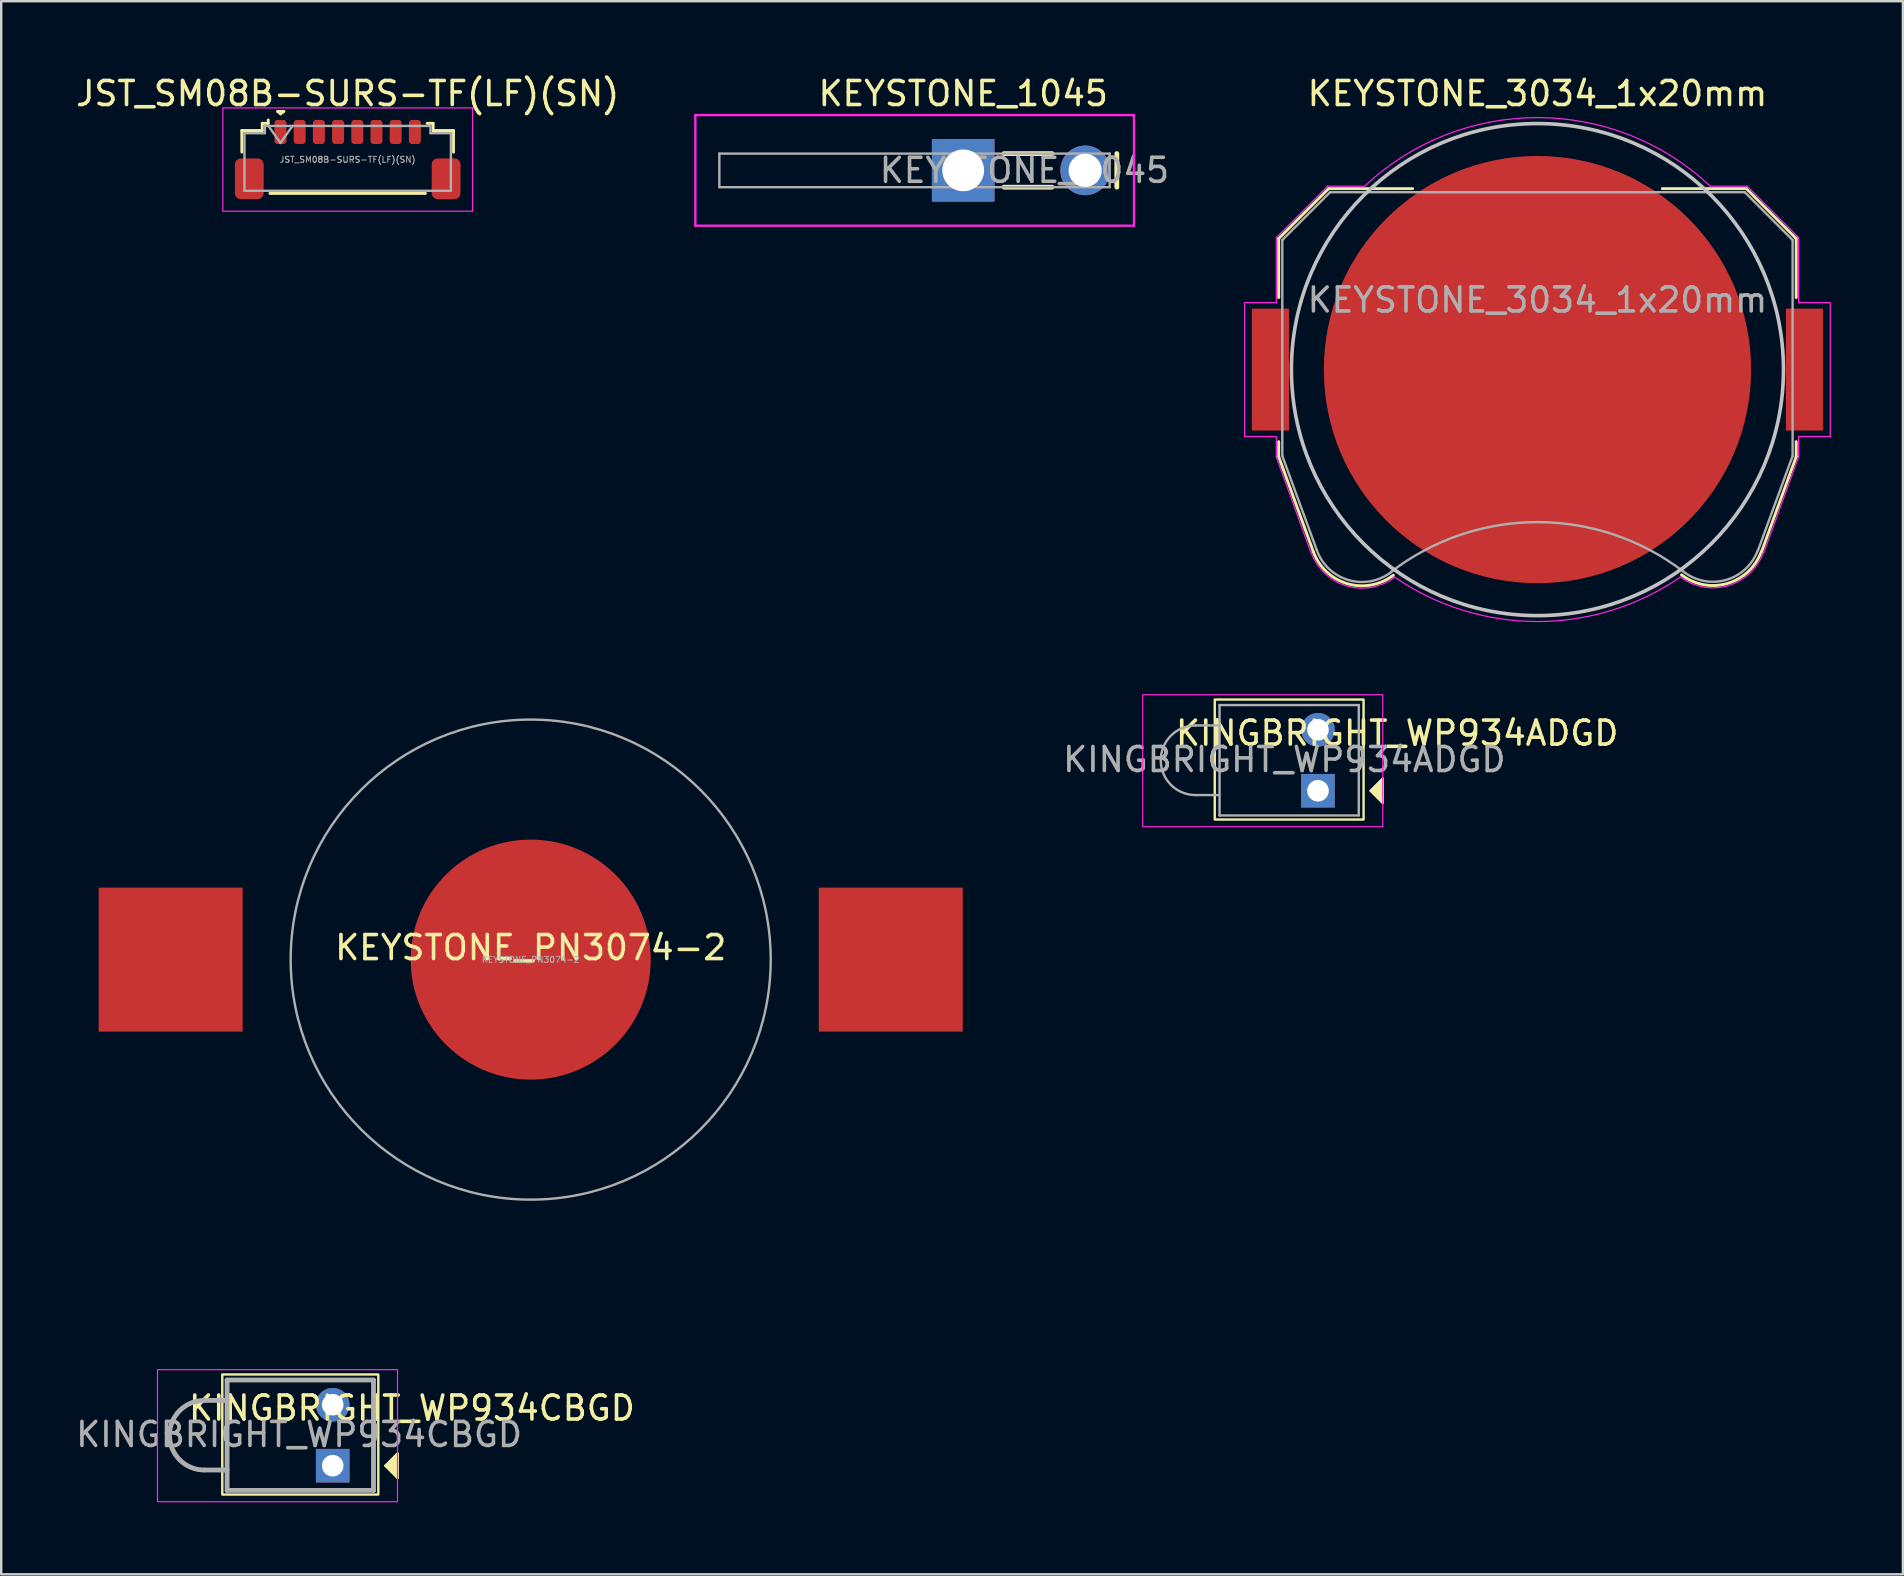
<source format=kicad_pcb>
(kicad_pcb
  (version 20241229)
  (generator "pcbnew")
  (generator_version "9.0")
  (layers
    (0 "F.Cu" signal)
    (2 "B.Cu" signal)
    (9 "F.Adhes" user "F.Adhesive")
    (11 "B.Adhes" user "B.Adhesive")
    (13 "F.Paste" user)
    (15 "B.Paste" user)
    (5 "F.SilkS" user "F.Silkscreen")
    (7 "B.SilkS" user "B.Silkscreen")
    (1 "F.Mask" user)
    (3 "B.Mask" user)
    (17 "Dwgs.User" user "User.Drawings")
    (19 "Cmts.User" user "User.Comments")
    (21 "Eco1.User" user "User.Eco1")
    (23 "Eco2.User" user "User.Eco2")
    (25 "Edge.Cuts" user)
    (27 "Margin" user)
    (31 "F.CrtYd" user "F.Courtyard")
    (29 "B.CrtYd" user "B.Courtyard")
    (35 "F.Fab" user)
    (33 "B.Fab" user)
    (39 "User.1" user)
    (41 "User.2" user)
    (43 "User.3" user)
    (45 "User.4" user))
  (footprint "KINGBRIGHT_WP934ADGD"
    (layer "F.Cu")
    (at 51.859 29.894)
    (property "Reference" "KINGBRIGHT_WP934ADGD" (at 3.3 -2.4 0) (layer "F.SilkS") (effects (font (size 1 1) (thickness 0.15))))
    (attr through_hole)
    (fp_line (start 2.2 0) (end 2.7 -0.5) (stroke (width 0.1) (type default)) (layer "F.SilkS"))
    (fp_line (start 2.7 -0.5) (end 2.7 0.5) (stroke (width 0.1) (type default)) (layer "F.SilkS"))
    (fp_line (start 2.7 0.5) (end 2.2 0) (stroke (width 0.1) (type default)) (layer "F.SilkS"))
    (fp_rect (start -4.3 -3.8) (end 1.9 1.2) (stroke (width 0.1) (type default)) (fill no) (layer "F.SilkS"))
    (fp_poly (pts (xy 2.2 0) (xy 2.7 -0.5) (xy 2.7 0.5)) (stroke (width 0.1) (type solid)) (fill yes) (layer "F.SilkS"))
    (fp_rect (start -7.3 -4) (end 2.7 1.5) (stroke (width 0.05) (type default)) (fill no) (layer "F.CrtYd"))
    (fp_line (start -5.1 0.18) (end -4.15 0.18) (stroke (width 0.1) (type solid)) (layer "F.Fab"))
    (fp_line (start -4.15 -2.72) (end -5.1 -2.72) (stroke (width 0.1) (type solid)) (layer "F.Fab"))
    (fp_line (start -4.1 -3.57) (end 1.7 -3.57) (stroke (width 0.1) (type solid)) (layer "F.Fab"))
    (fp_line (start -4.1 1.03) (end -4.1 -3.57) (stroke (width 0.1) (type solid)) (layer "F.Fab"))
    (fp_line (start 1.7 -3.57) (end 1.7 1.03) (stroke (width 0.1) (type solid)) (layer "F.Fab"))
    (fp_line (start 1.7 1.03) (end -4.1 1.03) (stroke (width 0.1) (type solid)) (layer "F.Fab"))
    (fp_arc (start -5.1 0.18) (mid -6.55 -1.27) (end -5.1 -2.72) (stroke (width 0.1) (type solid)) (layer "F.Fab"))
    (fp_text user "${REFERENCE}" (at -1.4 -1.3 0) (layer "F.Fab") (effects (font (size 1 1) (thickness 0.15))))
    (pad "1" thru_hole rect (at 0 0) (size 1.4 1.4) (drill 0.9) (layers "*.Cu" "*.Mask"))
    (pad "2" thru_hole circle (at 0 -2.54) (size 1.4 1.4) (drill 0.9) (layers "*.Cu" "*.Mask")))
  (footprint "JST_SM08B-SURS-TF(LF)(SN)"
    (layer "F.Cu")
    (at 11.435 3.598)
    (property "Reference" "JST_SM08B-SURS-TF(LF)(SN)" (at 0 -2.75 0) (unlocked yes) (layer "F.SilkS") (effects (font (size 1 1) (thickness 0.15))))
    (attr smd)
    (fp_line (start -4.41 -1.21) (end -3.56 -1.21) (stroke (width 0.12) (type solid)) (layer "F.SilkS"))
    (fp_line (start -4.41 -0.31) (end -4.41 -1.21) (stroke (width 0.12) (type solid)) (layer "F.SilkS"))
    (fp_line (start -3.56 -1.51) (end -3.31 -1.51) (stroke (width 0.12) (type solid)) (layer "F.SilkS"))
    (fp_line (start -3.56 -1.21) (end -3.56 -1.51) (stroke (width 0.12) (type solid)) (layer "F.SilkS"))
    (fp_line (start -3.31 -1.51) (end -3.31 -1.65) (stroke (width 0.12) (type solid)) (layer "F.SilkS"))
    (fp_line (start -3.24 1.41) (end 3.24 1.41) (stroke (width 0.12) (type solid)) (layer "F.SilkS"))
    (fp_line (start -2.915 -2.005) (end -2.794 -1.905) (stroke (width 0.12) (type solid)) (layer "F.SilkS"))
    (fp_line (start -2.794 -1.905) (end -2.661 -2.005) (stroke (width 0.12) (type solid)) (layer "F.SilkS"))
    (fp_line (start -2.661 -2.005) (end -2.915 -2.005) (stroke (width 0.12) (type solid)) (layer "F.SilkS"))
    (fp_line (start 3.56 -1.51) (end 3.31 -1.51) (stroke (width 0.12) (type solid)) (layer "F.SilkS"))
    (fp_line (start 3.56 -1.21) (end 3.56 -1.51) (stroke (width 0.12) (type solid)) (layer "F.SilkS"))
    (fp_line (start 4.41 -1.21) (end 3.56 -1.21) (stroke (width 0.12) (type solid)) (layer "F.SilkS"))
    (fp_line (start 4.41 -0.31) (end 4.41 -1.21) (stroke (width 0.12) (type solid)) (layer "F.SilkS"))
    (fp_line (start -5.2 -2.15) (end -5.2 2.15) (stroke (width 0.05) (type solid)) (layer "F.CrtYd"))
    (fp_line (start -5.2 2.15) (end 5.2 2.15) (stroke (width 0.05) (type solid)) (layer "F.CrtYd"))
    (fp_line (start 5.2 -2.15) (end -5.2 -2.15) (stroke (width 0.05) (type solid)) (layer "F.CrtYd"))
    (fp_line (start 5.2 2.15) (end 5.2 -2.15) (stroke (width 0.05) (type solid)) (layer "F.CrtYd"))
    (fp_line (start -4.3 -1.1) (end -4.3 1.3) (stroke (width 0.1) (type solid)) (layer "F.Fab"))
    (fp_line (start -4.3 -1.1) (end -3.45 -1.1) (stroke (width 0.1) (type solid)) (layer "F.Fab"))
    (fp_line (start -4.3 1.3) (end 4.3 1.3) (stroke (width 0.1) (type solid)) (layer "F.Fab"))
    (fp_line (start -3.45 -1.4) (end 3.45 -1.4) (stroke (width 0.1) (type solid)) (layer "F.Fab"))
    (fp_line (start -3.45 -1.1) (end -3.45 -1.4) (stroke (width 0.1) (type solid)) (layer "F.Fab"))
    (fp_line (start -3.3 -1.4) (end -2.8 -0.693) (stroke (width 0.1) (type solid)) (layer "F.Fab"))
    (fp_line (start -2.8 -0.693) (end -2.3 -1.4) (stroke (width 0.1) (type solid)) (layer "F.Fab"))
    (fp_line (start 3.45 -1.4) (end 3.45 -1.1) (stroke (width 0.1) (type solid)) (layer "F.Fab"))
    (fp_line (start 3.45 -1.1) (end 4.3 -1.1) (stroke (width 0.1) (type solid)) (layer "F.Fab"))
    (fp_line (start 4.3 -1.1) (end 4.3 1.3) (stroke (width 0.1) (type solid)) (layer "F.Fab"))
    (fp_text user "${REFERENCE}" (at 0 0 0) (unlocked yes) (layer "F.Fab") (effects (font (size 0.25 0.25) (thickness 0.04))))
    (pad "1" smd roundrect (at -2.8 -1.15) (size 0.5 1) (layers "F.Cu" "F.Mask" "F.Paste") (roundrect_rratio 0.25))
    (pad "2" smd roundrect (at -2 -1.15) (size 0.5 1) (layers "F.Cu" "F.Mask" "F.Paste") (roundrect_rratio 0.25))
    (pad "3" smd roundrect (at -1.2 -1.15) (size 0.5 1) (layers "F.Cu" "F.Mask" "F.Paste") (roundrect_rratio 0.25))
    (pad "4" smd roundrect (at -0.4 -1.15) (size 0.5 1) (layers "F.Cu" "F.Mask" "F.Paste") (roundrect_rratio 0.25))
    (pad "5" smd roundrect (at 0.4 -1.15) (size 0.5 1) (layers "F.Cu" "F.Mask" "F.Paste") (roundrect_rratio 0.25))
    (pad "6" smd roundrect (at 1.2 -1.15) (size 0.5 1) (layers "F.Cu" "F.Mask" "F.Paste") (roundrect_rratio 0.25))
    (pad "7" smd roundrect (at 2 -1.15) (size 0.5 1) (layers "F.Cu" "F.Mask" "F.Paste") (roundrect_rratio 0.25))
    (pad "8" smd roundrect (at 2.8 -1.15) (size 0.5 1) (layers "F.Cu" "F.Mask" "F.Paste") (roundrect_rratio 0.25))
    (pad "MP" smd roundrect (at -4.1 0.8) (size 1.2 1.7) (layers "F.Cu" "F.Mask" "F.Paste") (roundrect_rratio 0.208))
    (pad "MP" smd roundrect (at 4.1 0.8) (size 1.2 1.7) (layers "F.Cu" "F.Mask" "F.Paste") (roundrect_rratio 0.208)))
  (footprint "KINGBRIGHT_WP934CBGD"
    (layer "F.Cu")
    (at 10.811 58.014)
    (property "Reference" "KINGBRIGHT_WP934CBGD" (at 3.3 -2.4 0) (layer "F.SilkS") (effects (font (size 1 1) (thickness 0.15))))
    (attr through_hole)
    (fp_line (start 2.2 0) (end 2.7 -0.5) (stroke (width 0.1) (type default)) (layer "F.SilkS"))
    (fp_line (start 2.7 -0.5) (end 2.7 0.5) (stroke (width 0.1) (type default)) (layer "F.SilkS"))
    (fp_line (start 2.7 0.5) (end 2.2 0) (stroke (width 0.1) (type default)) (layer "F.SilkS"))
    (fp_rect (start -4.6 -3.8) (end 1.9 1.2) (stroke (width 0.1) (type default)) (fill no) (layer "F.SilkS"))
    (fp_poly (pts (xy 2.2 0) (xy 2.7 -0.5) (xy 2.7 0.5)) (stroke (width 0.1) (type solid)) (fill yes) (layer "F.SilkS"))
    (fp_rect (start -7.3 -4) (end 2.7 1.5) (stroke (width 0.05) (type default)) (fill no) (layer "F.CrtYd"))
    (fp_line (start -5.35 -2.72) (end -5.35 -2.72) (stroke (width 0.1) (type solid)) (layer "F.Fab"))
    (fp_line (start -5.35 0.18) (end -4.4 0.18) (stroke (width 0.1) (type solid)) (layer "F.Fab"))
    (fp_line (start -5.35 0.18) (end -4.4 0.18) (stroke (width 0.2) (type solid)) (layer "F.Fab"))
    (fp_line (start -4.4 -3.57) (end 1.7 -3.57) (stroke (width 0.1) (type solid)) (layer "F.Fab"))
    (fp_line (start -4.4 -3.57) (end 1.7 -3.57) (stroke (width 0.2) (type solid)) (layer "F.Fab"))
    (fp_line (start -4.4 -2.72) (end -5.35 -2.72) (stroke (width 0.1) (type solid)) (layer "F.Fab"))
    (fp_line (start -4.4 -2.72) (end -5.35 -2.72) (stroke (width 0.2) (type solid)) (layer "F.Fab"))
    (fp_line (start -4.4 1.03) (end -4.4 -3.57) (stroke (width 0.1) (type solid)) (layer "F.Fab"))
    (fp_line (start -4.4 1.03) (end -4.4 -3.57) (stroke (width 0.2) (type solid)) (layer "F.Fab"))
    (fp_line (start 1.7 -3.57) (end 1.7 1.03) (stroke (width 0.1) (type solid)) (layer "F.Fab"))
    (fp_line (start 1.7 -3.57) (end 1.7 1.03) (stroke (width 0.2) (type solid)) (layer "F.Fab"))
    (fp_line (start 1.7 1.03) (end -4.4 1.03) (stroke (width 0.1) (type solid)) (layer "F.Fab"))
    (fp_line (start 1.7 1.03) (end -4.4 1.03) (stroke (width 0.2) (type solid)) (layer "F.Fab"))
    (fp_arc (start -5.35 0.18) (mid -6.8 -1.27) (end -5.35 -2.72) (stroke (width 0.1) (type solid)) (layer "F.Fab"))
    (fp_arc (start -5.35 0.18) (mid -6.8 -1.27) (end -5.35 -2.72) (stroke (width 0.2) (type solid)) (layer "F.Fab"))
    (fp_text user "${REFERENCE}" (at -1.4 -1.3 0) (layer "F.Fab") (effects (font (size 1 1) (thickness 0.15))))
    (pad "1" thru_hole rect (at 0 0) (size 1.4 1.4) (drill 0.9) (layers "*.Cu" "*.Mask"))
    (pad "2" thru_hole circle (at 0 -2.54) (size 1.4 1.4) (drill 0.9) (layers "*.Cu" "*.Mask")))
  (footprint "KEYSTONE_1045"
    (layer "F.Cu")
    (at 37.079 4.048)
    (property "Reference" "KEYSTONE_1045" (at 0 -3.2 0) (layer "F.SilkS") (effects (font (size 1 1) (thickness 0.15))))
    (attr through_hole)
    (fp_line (start 1.7 -0.7) (end 3.7 -0.7) (stroke (width 0.2) (type solid)) (layer "F.SilkS"))
    (fp_line (start 1.7 0.7) (end 3.7 0.7) (stroke (width 0.2) (type solid)) (layer "F.SilkS"))
    (fp_line (start 6.4 0.7) (end 6.4 -0.7) (stroke (width 0.2) (type solid)) (layer "F.SilkS"))
    (fp_line (start -11.16 -2.305) (end 7.115 -2.305) (stroke (width 0.1) (type solid)) (layer "F.CrtYd"))
    (fp_line (start -11.16 2.305) (end -11.16 -2.305) (stroke (width 0.1) (type solid)) (layer "F.CrtYd"))
    (fp_line (start 7.115 -2.305) (end 7.115 2.305) (stroke (width 0.1) (type solid)) (layer "F.CrtYd"))
    (fp_line (start 7.115 2.305) (end -11.16 2.305) (stroke (width 0.1) (type solid)) (layer "F.CrtYd"))
    (fp_line (start -10.16 -0.7) (end 6.1 -0.7) (stroke (width 0.1) (type solid)) (layer "F.Fab"))
    (fp_line (start -10.16 0.7) (end -10.16 -0.7) (stroke (width 0.1) (type solid)) (layer "F.Fab"))
    (fp_line (start 6.1 -0.7) (end 6.1 0.7) (stroke (width 0.1) (type solid)) (layer "F.Fab"))
    (fp_line (start 6.1 0.7) (end -10.16 0.7) (stroke (width 0.1) (type solid)) (layer "F.Fab"))
    (fp_text user "${REFERENCE}" (at 2.55 0 0) (unlocked yes) (layer "F.Fab") (effects (font (size 1 1) (thickness 0.15))))
    (pad "1" thru_hole rect (at 0 0) (size 2.61 2.61) (drill 1.74) (layers "*.Cu" "*.Mask"))
    (pad "1" thru_hole circle (at 5.08 0) (size 2.07 2.07) (drill 1.38) (layers "*.Cu" "*.Mask")))
  (footprint "KEYSTONE_3034_1x20mm"
    (layer "F.Cu")
    (at 61.003 12.348)
    (property "Reference" "KEYSTONE_3034_1x20mm" (at 0 -11.5 0) (layer "F.SilkS") (effects (font (size 1 1) (thickness 0.15))))
    (attr smd)
    (fp_line (start -10.78 -5.46) (end -10.78 -3) (stroke (width 0.12) (type solid)) (layer "F.SilkS"))
    (fp_line (start -10.78 3) (end -10.78 3.63) (stroke (width 0.12) (type solid)) (layer "F.SilkS"))
    (fp_line (start -10.78 3.63) (end -9.34 7.58) (stroke (width 0.12) (type solid)) (layer "F.SilkS"))
    (fp_line (start -8.7 -7.54) (end -10.78 -5.46) (stroke (width 0.12) (type solid)) (layer "F.SilkS"))
    (fp_line (start -5.2 -7.54) (end -8.7 -7.54) (stroke (width 0.12) (type solid)) (layer "F.SilkS"))
    (fp_line (start 8.7 -7.54) (end 5.2 -7.54) (stroke (width 0.12) (type solid)) (layer "F.SilkS"))
    (fp_line (start 8.7 -7.54) (end 10.78 -5.46) (stroke (width 0.12) (type solid)) (layer "F.SilkS"))
    (fp_line (start 10.78 -5.46) (end 10.78 -3) (stroke (width 0.12) (type solid)) (layer "F.SilkS"))
    (fp_line (start 10.78 3) (end 10.78 3.63) (stroke (width 0.12) (type solid)) (layer "F.SilkS"))
    (fp_line (start 10.78 3.63) (end 9.34 7.58) (stroke (width 0.12) (type solid)) (layer "F.SilkS"))
    (fp_arc (start -6.003354 8.56653) (mid -7.921654 8.918738) (end -9.34 7.58) (stroke (width 0.12) (type solid)) (layer "F.SilkS"))
    (fp_arc (start 9.325243 7.588169) (mid 7.90634 8.911668) (end 6 8.55) (stroke (width 0.12) (type solid)) (layer "F.SilkS"))
    (fp_circle (center 0 0) (end 0 10.25) (stroke (width 0.15) (type solid)) (fill no) (layer "Dwgs.User"))
    (fp_line (start -12.2 -2.79) (end -12.2 2.79) (stroke (width 0.05) (type solid)) (layer "F.CrtYd"))
    (fp_line (start -12.2 2.79) (end -10.88 2.79) (stroke (width 0.05) (type solid)) (layer "F.CrtYd"))
    (fp_line (start -10.88 -5.5) (end -10.88 -2.79) (stroke (width 0.05) (type solid)) (layer "F.CrtYd"))
    (fp_line (start -10.88 -2.79) (end -12.2 -2.79) (stroke (width 0.05) (type solid)) (layer "F.CrtYd"))
    (fp_line (start -10.88 2.79) (end -10.88 3.64) (stroke (width 0.05) (type solid)) (layer "F.CrtYd"))
    (fp_line (start -10.88 3.64) (end -9.44 7.62) (stroke (width 0.05) (type solid)) (layer "F.CrtYd"))
    (fp_line (start -8.74 -7.64) (end -10.88 -5.5) (stroke (width 0.05) (type solid)) (layer "F.CrtYd"))
    (fp_line (start -7.2 -7.64) (end -8.74 -7.64) (stroke (width 0.05) (type solid)) (layer "F.CrtYd"))
    (fp_line (start 8.74 -7.64) (end 7.2 -7.64) (stroke (width 0.05) (type solid)) (layer "F.CrtYd"))
    (fp_line (start 9.43 7.63) (end 10.88 3.64) (stroke (width 0.05) (type solid)) (layer "F.CrtYd"))
    (fp_line (start 10.88 -5.5) (end 8.74 -7.64) (stroke (width 0.05) (type solid)) (layer "F.CrtYd"))
    (fp_line (start 10.88 -2.79) (end 10.88 -5.5) (stroke (width 0.05) (type solid)) (layer "F.CrtYd"))
    (fp_line (start 10.88 2.79) (end 12.2 2.79) (stroke (width 0.05) (type solid)) (layer "F.CrtYd"))
    (fp_line (start 10.88 3.64) (end 10.88 2.79) (stroke (width 0.05) (type solid)) (layer "F.CrtYd"))
    (fp_line (start 12.2 -2.79) (end 10.88 -2.79) (stroke (width 0.05) (type solid)) (layer "F.CrtYd"))
    (fp_line (start 12.2 2.79) (end 12.2 -2.79) (stroke (width 0.05) (type solid)) (layer "F.CrtYd"))
    (fp_arc (start -7.199546 -7.640427) (mid 0.000312 -10.498075) (end 7.2 -7.64) (stroke (width 0.05) (type solid)) (layer "F.CrtYd"))
    (fp_arc (start -5.956965 8.654604) (mid -7.953941 9.011629) (end -9.43 7.62) (stroke (width 0.05) (type solid)) (layer "F.CrtYd"))
    (fp_arc (start 5.945368 8.650075) (mid -0.008883 10.496243) (end -5.96 8.64) (stroke (width 0.05) (type solid)) (layer "F.CrtYd"))
    (fp_arc (start 9.415144 7.621341) (mid 7.944017 9.000493) (end 5.96 8.64) (stroke (width 0.05) (type solid)) (layer "F.CrtYd"))
    (fp_line (start -10.63 -5.4) (end -8.64 -7.39) (stroke (width 0.1) (type solid)) (layer "F.Fab"))
    (fp_line (start -10.63 3.6) (end -10.63 -5.4) (stroke (width 0.1) (type solid)) (layer "F.Fab"))
    (fp_line (start -9.19 7.53) (end -10.63 3.6) (stroke (width 0.1) (type solid)) (layer "F.Fab"))
    (fp_line (start -8.64 -7.39) (end 8.64 -7.39) (stroke (width 0.1) (type solid)) (layer "F.Fab"))
    (fp_line (start 8.64 -7.39) (end 10.63 -5.4) (stroke (width 0.1) (type solid)) (layer "F.Fab"))
    (fp_line (start 10.63 -5.4) (end 10.63 3.6) (stroke (width 0.1) (type solid)) (layer "F.Fab"))
    (fp_line (start 10.63 3.6) (end 9.19 7.53) (stroke (width 0.1) (type solid)) (layer "F.Fab"))
    (fp_arc (start -6.096146 8.438508) (mid -7.87328 8.768206) (end -9.19 7.53) (stroke (width 0.1) (type solid)) (layer "F.Fab"))
    (fp_arc (start -6.094852 8.426043) (mid 0.003247 6.355257) (end 6.1 8.43) (stroke (width 0.1) (type solid)) (layer "F.Fab"))
    (fp_arc (start 9.180727 7.528882) (mid 7.868698 8.760067) (end 6.1 8.43) (stroke (width 0.1) (type solid)) (layer "F.Fab"))
    (fp_text user "${REFERENCE}" (at 0 -2.9 0) (layer "F.Fab") (effects (font (size 1 1) (thickness 0.15))))
    (pad "1" smd rect (at -11.125 0) (size 1.55 5.08) (layers "F.Cu" "F.Mask" "F.Paste"))
    (pad "1" smd rect (at 11.125 0) (size 1.55 5.08) (layers "F.Cu" "F.Mask" "F.Paste"))
    (pad "2" smd circle (at 0 0) (size 17.8 17.8) (layers "F.Cu" "F.Mask")))
  (footprint "KEYSTONE_PN3074-2"
    (layer "F.Cu")
    (at 19.06 36.929)
    (property "Reference" "KEYSTONE_PN3074-2" (at 0 -0.5 0) (unlocked yes) (layer "F.SilkS") (effects (font (size 1 1) (thickness 0.15))))
    (attr smd)
    (fp_line (start -19 -4) (end -12 -4) (stroke (width 0.12) (type default)) (layer "Margin"))
    (fp_line (start -19 4) (end -19 -4) (stroke (width 0.12) (type default)) (layer "Margin"))
    (fp_line (start -13 4) (end -19 4) (stroke (width 0.12) (type default)) (layer "Margin"))
    (fp_line (start -12 -4) (end -12 -7) (stroke (width 0.12) (type default)) (layer "Margin"))
    (fp_line (start -8 -11) (end -12 -7) (stroke (width 0.12) (type default)) (layer "Margin"))
    (fp_line (start -8 -11) (end 7 -11) (stroke (width 0.12) (type default)) (layer "Margin"))
    (fp_line (start -4 14) (end -13 4) (stroke (width 0.12) (type default)) (layer "Margin"))
    (fp_line (start 5 14) (end -4 14) (stroke (width 0.12) (type default)) (layer "Margin"))
    (fp_line (start 7 -11) (end 11 -7) (stroke (width 0.12) (type default)) (layer "Margin"))
    (fp_line (start 11 -7) (end 11 -4) (stroke (width 0.12) (type default)) (layer "Margin"))
    (fp_line (start 11 -4) (end 19 -4) (stroke (width 0.12) (type default)) (layer "Margin"))
    (fp_line (start 13 4) (end 5 14) (stroke (width 0.12) (type default)) (layer "Margin"))
    (fp_line (start 19 -4) (end 19 4) (stroke (width 0.12) (type default)) (layer "Margin"))
    (fp_line (start 19 4) (end 13 4) (stroke (width 0.12) (type default)) (layer "Margin"))
    (fp_circle (center 0 0) (end 0 -10) (stroke (width 0.1) (type default)) (fill no) (layer "F.Fab"))
    (fp_text user "${REFERENCE}" (at 0 0 0) (unlocked yes) (layer "F.Fab") (effects (font (size 0.25 0.25) (thickness 0.04))))
    (pad "1" smd rect (at -15 0) (size 6 6) (layers "F.Cu" "F.Mask" "F.Paste"))
    (pad "1" smd rect (at 15 0) (size 6 6) (layers "F.Cu" "F.Mask" "F.Paste"))
    (pad "2" smd circle (at 0 0) (size 10 10) (layers "F.Cu" "F.Mask" "F.Paste")))
  (gr_rect
    (start -3 -3)
    (end 76.228 62.539)
    (stroke (width 0.1) (type default))
    (fill no)
    (layer "Edge.Cuts")))
</source>
